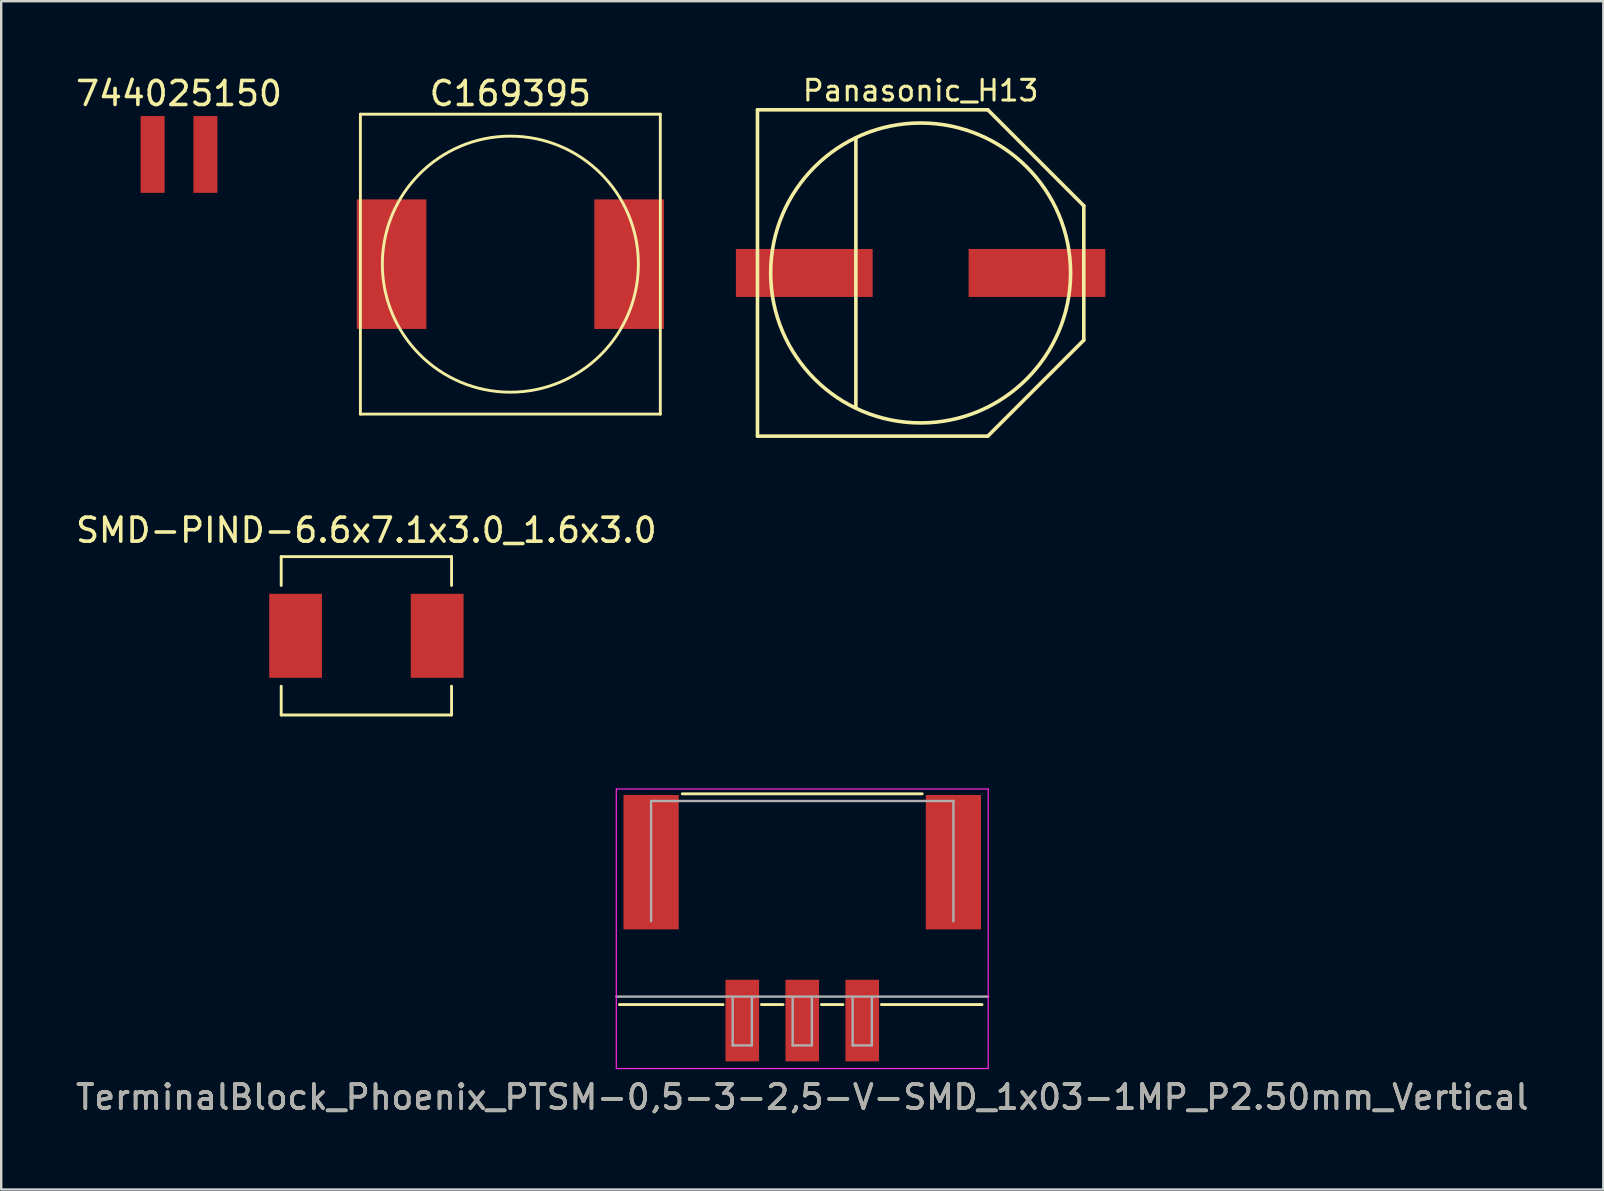
<source format=kicad_pcb>
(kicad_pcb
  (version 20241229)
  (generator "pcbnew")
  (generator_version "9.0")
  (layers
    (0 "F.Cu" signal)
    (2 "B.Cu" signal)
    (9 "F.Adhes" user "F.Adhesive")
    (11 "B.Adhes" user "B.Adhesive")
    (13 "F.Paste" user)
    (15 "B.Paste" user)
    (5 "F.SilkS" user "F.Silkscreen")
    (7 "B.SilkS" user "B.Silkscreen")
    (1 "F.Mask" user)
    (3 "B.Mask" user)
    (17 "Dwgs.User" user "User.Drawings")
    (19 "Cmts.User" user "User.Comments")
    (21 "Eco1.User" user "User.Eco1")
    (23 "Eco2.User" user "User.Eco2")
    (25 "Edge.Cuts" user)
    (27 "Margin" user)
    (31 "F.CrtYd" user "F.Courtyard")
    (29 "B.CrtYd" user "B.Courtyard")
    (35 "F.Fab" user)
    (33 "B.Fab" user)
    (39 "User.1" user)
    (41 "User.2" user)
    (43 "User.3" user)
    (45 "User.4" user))
  (footprint "744025150"
    (layer "F.Cu")
    (at 4.411 3.388)
    (property "Reference" "744025150" (at 0 -2.54 0) (layer "F.SilkS") (effects (font (size 1 1) (thickness 0.15))))
    (attr through_hole)
    (pad "1" smd rect (at -1.1 0) (size 1 3.2) (layers "F.Cu" "F.Mask" "F.Paste"))
    (pad "2" smd rect (at 1.1 0) (size 1 3.2) (layers "F.Cu" "F.Mask" "F.Paste")))
  (footprint "Panasonic_H13"
    (layer "F.Cu")
    (at 35.321 8.327)
    (property "Reference" "Panasonic_H13" (at 0 -7.6 0) (layer "F.SilkS") (effects (font (size 0.862 0.862) (thickness 0.127))))
    (attr smd)
    (fp_line (start -6.8 -6.8) (end 2.8 -6.8) (stroke (width 0.15) (type solid)) (layer "F.SilkS"))
    (fp_line (start -6.8 6.8) (end -6.8 -6.8) (stroke (width 0.15) (type solid)) (layer "F.SilkS"))
    (fp_line (start -2.7 -5.6) (end -2.7 5.6) (stroke (width 0.15) (type solid)) (layer "F.SilkS"))
    (fp_line (start 2.8 6.8) (end -6.8 6.8) (stroke (width 0.15) (type solid)) (layer "F.SilkS"))
    (fp_line (start 2.8 6.8) (end 6.8 2.8) (stroke (width 0.15) (type solid)) (layer "F.SilkS"))
    (fp_line (start 6.8 -2.8) (end 2.8 -6.8) (stroke (width 0.15) (type solid)) (layer "F.SilkS"))
    (fp_line (start 6.8 -2.8) (end 6.8 2.8) (stroke (width 0.15) (type solid)) (layer "F.SilkS"))
    (fp_circle (center 0 0) (end 6.25 0) (stroke (width 0.15) (type solid)) (fill no) (layer "F.SilkS"))
    (pad "1" smd rect (at 4.85 0) (size 5.7 2) (layers "F.Cu" "F.Mask" "F.Paste"))
    (pad "2" smd rect (at -4.85 0) (size 5.7 2) (layers "F.Cu" "F.Mask" "F.Paste")))
  (footprint "TerminalBlock_Phoenix_PTSM-0,5-3-2,5-V-SMD_1x03-1MP_P2.50mm_Vertical"
    (layer "F.Cu")
    (at 30.387 33.915)
    (property "Reference" "TerminalBlock_Phoenix_PTSM-0,5-3-2,5-V-SMD_1x03-1MP_P2.50mm_Vertical" (at 0 8.763 0) (layer "F.SilkS") (effects (font (size 1 1) (thickness 0.15))))
    (attr smd)
    (fp_line (start -5 -3.88) (end 5 -3.88) (stroke (width 0.12) (type solid)) (layer "F.SilkS"))
    (fp_line (start -3.3 4.905) (end -7.62 4.905) (stroke (width 0.12) (type solid)) (layer "F.SilkS"))
    (fp_line (start -0.8 4.905) (end -1.7 4.905) (stroke (width 0.12) (type solid)) (layer "F.SilkS"))
    (fp_line (start 1.7 4.905) (end 0.8 4.905) (stroke (width 0.12) (type solid)) (layer "F.SilkS"))
    (fp_line (start 7.493 4.905) (end 3.3 4.905) (stroke (width 0.12) (type solid)) (layer "F.SilkS"))
    (fp_line (start -7.75 -4.08) (end 7.75 -4.08) (stroke (width 0.05) (type solid)) (layer "F.CrtYd"))
    (fp_line (start -7.75 7.57) (end -7.75 -4.08) (stroke (width 0.05) (type solid)) (layer "F.CrtYd"))
    (fp_line (start 7.75 -4.08) (end 7.75 7.57) (stroke (width 0.05) (type solid)) (layer "F.CrtYd"))
    (fp_line (start 7.75 7.57) (end -7.75 7.57) (stroke (width 0.05) (type solid)) (layer "F.CrtYd"))
    (fp_line (start -6.3 -3.58) (end 6.3 -3.58) (stroke (width 0.1) (type solid)) (layer "F.Fab"))
    (fp_line (start -6.3 1.43) (end -6.3 -3.58) (stroke (width 0.1) (type solid)) (layer "F.Fab"))
    (fp_line (start -2.9 4.605) (end -2.9 6.605) (stroke (width 0.1) (type solid)) (layer "F.Fab"))
    (fp_line (start -2.9 6.605) (end -2.1 6.605) (stroke (width 0.1) (type solid)) (layer "F.Fab"))
    (fp_line (start -2.1 4.605) (end -2.1 6.605) (stroke (width 0.1) (type solid)) (layer "F.Fab"))
    (fp_line (start -0.4 4.605) (end -0.4 6.605) (stroke (width 0.1) (type solid)) (layer "F.Fab"))
    (fp_line (start -0.4 6.605) (end 0.4 6.605) (stroke (width 0.1) (type solid)) (layer "F.Fab"))
    (fp_line (start 0.4 4.605) (end 0.4 6.605) (stroke (width 0.1) (type solid)) (layer "F.Fab"))
    (fp_line (start 2.1 4.605) (end 2.1 6.605) (stroke (width 0.1) (type solid)) (layer "F.Fab"))
    (fp_line (start 2.1 6.605) (end 2.9 6.605) (stroke (width 0.1) (type solid)) (layer "F.Fab"))
    (fp_line (start 2.9 4.605) (end 2.9 6.605) (stroke (width 0.1) (type solid)) (layer "F.Fab"))
    (fp_line (start 6.3 1.43) (end 6.3 -3.58) (stroke (width 0.1) (type solid)) (layer "F.Fab"))
    (fp_line (start 7.747 4.572) (end -7.747 4.572) (stroke (width 0.1) (type solid)) (layer "F.Fab"))
    (fp_text user "${REFERENCE}" (at 0 8.763 0) (layer "F.Fab") (effects (font (size 1 1) (thickness 0.15))))
    (pad "1" smd rect (at -2.5 5.57 180) (size 1.4 3.4) (layers "F.Cu" "F.Mask" "F.Paste"))
    (pad "2" smd rect (at 0 5.57 180) (size 1.4 3.4) (layers "F.Cu" "F.Mask" "F.Paste"))
    (pad "3" smd rect (at 2.5 5.57 180) (size 1.4 3.4) (layers "F.Cu" "F.Mask" "F.Paste"))
    (pad "MP" smd rect (at -6.3 -1.03 180) (size 2.3 5.6) (layers "F.Cu" "F.Mask" "F.Paste"))
    (pad "MP" smd rect (at 6.3 -1.03 180) (size 2.3 5.6) (layers "F.Cu" "F.Mask" "F.Paste")))
  (footprint "SMD-PIND-6.6x7.1x3.0_1.6x3.0"
    (layer "F.Cu")
    (at 12.22 23.45)
    (property "Reference" "SMD-PIND-6.6x7.1x3.0_1.6x3.0" (at 0 -4.4 0) (layer "F.SilkS") (effects (font (size 1 1) (thickness 0.15))))
    (attr through_hole)
    (fp_line (start -3.55 -3.3) (end -3.55 -2.1) (stroke (width 0.12) (type solid)) (layer "F.SilkS"))
    (fp_line (start -3.55 -3.3) (end 3.55 -3.3) (stroke (width 0.12) (type solid)) (layer "F.SilkS"))
    (fp_line (start -3.55 2.1) (end -3.55 3.3) (stroke (width 0.12) (type solid)) (layer "F.SilkS"))
    (fp_line (start -3.55 3.3) (end 3.55 3.3) (stroke (width 0.12) (type solid)) (layer "F.SilkS"))
    (fp_line (start 3.55 -2.1) (end 3.55 -3.3) (stroke (width 0.12) (type solid)) (layer "F.SilkS"))
    (fp_line (start 3.55 2.1) (end 3.55 3.3) (stroke (width 0.12) (type solid)) (layer "F.SilkS"))
    (pad "1" smd rect (at -2.95 0) (size 2.2 3.5) (layers "F.Cu" "F.Mask" "F.Paste"))
    (pad "2" smd rect (at 2.95 0) (size 2.2 3.5) (layers "F.Cu" "F.Mask" "F.Paste")))
  (footprint "C169395"
    (layer "F.Cu")
    (at 18.221 7.96)
    (property "Reference" "C169395" (at 0 -7.112 0) (layer "F.SilkS") (effects (font (size 1 1) (thickness 0.15))))
    (attr through_hole)
    (fp_line (start -6.25 -6.25) (end 6.25 -6.25) (stroke (width 0.12) (type solid)) (layer "F.SilkS"))
    (fp_line (start -6.25 6.25) (end -6.25 -6.25) (stroke (width 0.12) (type solid)) (layer "F.SilkS"))
    (fp_line (start 6.25 -6.25) (end 6.25 6.25) (stroke (width 0.12) (type solid)) (layer "F.SilkS"))
    (fp_line (start 6.25 6.25) (end -6.25 6.25) (stroke (width 0.12) (type solid)) (layer "F.SilkS"))
    (fp_circle (center 0 0) (end -0.127 -5.334) (stroke (width 0.12) (type solid)) (fill no) (layer "F.SilkS"))
    (pad "1" smd rect (at -4.95 0) (size 2.9 5.4) (layers "F.Cu" "F.Mask" "F.Paste"))
    (pad "2" smd rect (at 4.95 0) (size 2.9 5.4) (layers "F.Cu" "F.Mask" "F.Paste")))
  (gr_rect
    (start -3 -3)
    (end 63.774 46.527)
    (stroke (width 0.1) (type default))
    (fill no)
    (layer "Edge.Cuts")))
</source>
